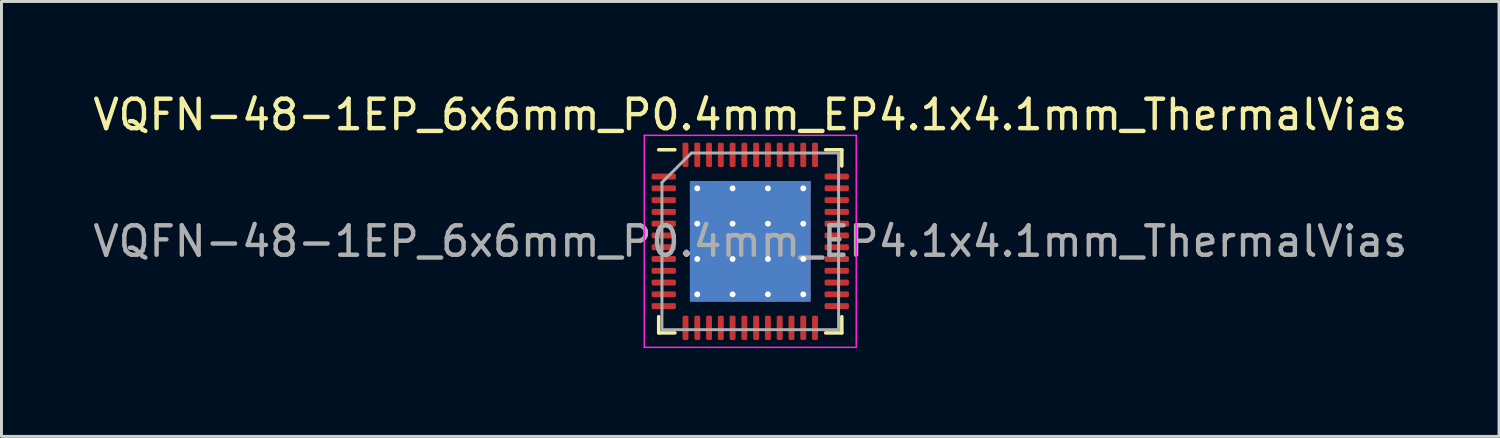
<source format=kicad_pcb>
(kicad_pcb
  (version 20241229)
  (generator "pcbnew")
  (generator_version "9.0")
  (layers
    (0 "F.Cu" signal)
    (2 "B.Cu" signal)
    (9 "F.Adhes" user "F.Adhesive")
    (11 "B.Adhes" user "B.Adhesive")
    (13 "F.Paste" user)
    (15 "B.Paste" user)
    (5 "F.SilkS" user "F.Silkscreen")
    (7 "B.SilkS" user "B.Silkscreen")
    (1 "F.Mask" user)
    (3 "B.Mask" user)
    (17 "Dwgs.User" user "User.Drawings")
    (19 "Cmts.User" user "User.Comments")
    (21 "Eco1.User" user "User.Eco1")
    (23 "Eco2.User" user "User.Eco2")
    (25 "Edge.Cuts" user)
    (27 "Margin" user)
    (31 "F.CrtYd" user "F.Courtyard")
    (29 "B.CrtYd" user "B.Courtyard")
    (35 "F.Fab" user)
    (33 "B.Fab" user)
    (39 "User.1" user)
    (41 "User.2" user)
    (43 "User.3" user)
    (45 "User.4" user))
  (footprint "VQFN-48-1EP_6x6mm_P0.4mm_EP4.1x4.1mm_ThermalVias"
    (layer "F.Cu")
    (at 22.435 5.148)
    (property "Reference" "VQFN-48-1EP_6x6mm_P0.4mm_EP4.1x4.1mm_ThermalVias" (at 0 -4.3 0) (layer "F.SilkS") (effects (font (size 1 1) (thickness 0.15))))
    (attr smd)
    (fp_line (start -3.11 3.11) (end -3.11 2.56) (stroke (width 0.12) (type solid)) (layer "F.SilkS"))
    (fp_line (start -2.56 -3.11) (end -3.11 -3.11) (stroke (width 0.12) (type solid)) (layer "F.SilkS"))
    (fp_line (start -2.56 3.11) (end -3.11 3.11) (stroke (width 0.12) (type solid)) (layer "F.SilkS"))
    (fp_line (start 2.56 -3.11) (end 3.11 -3.11) (stroke (width 0.12) (type solid)) (layer "F.SilkS"))
    (fp_line (start 2.56 3.11) (end 3.11 3.11) (stroke (width 0.12) (type solid)) (layer "F.SilkS"))
    (fp_line (start 3.11 -3.11) (end 3.11 -2.56) (stroke (width 0.12) (type solid)) (layer "F.SilkS"))
    (fp_line (start 3.11 3.11) (end 3.11 2.56) (stroke (width 0.12) (type solid)) (layer "F.SilkS"))
    (fp_line (start -3.6 -3.6) (end -3.6 3.6) (stroke (width 0.05) (type solid)) (layer "F.CrtYd"))
    (fp_line (start -3.6 3.6) (end 3.6 3.6) (stroke (width 0.05) (type solid)) (layer "F.CrtYd"))
    (fp_line (start 3.6 -3.6) (end -3.6 -3.6) (stroke (width 0.05) (type solid)) (layer "F.CrtYd"))
    (fp_line (start 3.6 3.6) (end 3.6 -3.6) (stroke (width 0.05) (type solid)) (layer "F.CrtYd"))
    (fp_line (start -3 -2) (end -2 -3) (stroke (width 0.1) (type solid)) (layer "F.Fab"))
    (fp_line (start -3 3) (end -3 -2) (stroke (width 0.1) (type solid)) (layer "F.Fab"))
    (fp_line (start -2 -3) (end 3 -3) (stroke (width 0.1) (type solid)) (layer "F.Fab"))
    (fp_line (start 3 -3) (end 3 3) (stroke (width 0.1) (type solid)) (layer "F.Fab"))
    (fp_line (start 3 3) (end -3 3) (stroke (width 0.1) (type solid)) (layer "F.Fab"))
    (fp_text user "${REFERENCE}" (at 0 0 0) (layer "F.Fab") (effects (font (size 1 1) (thickness 0.15))))
    (pad "" smd roundrect (at -1.37 -1.37) (size 1.1 1.1) (layers "F.Paste") (roundrect_rratio 0.227))
    (pad "" smd roundrect (at -1.37 0) (size 1.1 1.1) (layers "F.Paste") (roundrect_rratio 0.227))
    (pad "" smd roundrect (at -1.37 1.37) (size 1.1 1.1) (layers "F.Paste") (roundrect_rratio 0.227))
    (pad "" smd roundrect (at 0 -1.37) (size 1.1 1.1) (layers "F.Paste") (roundrect_rratio 0.227))
    (pad "" smd roundrect (at 0 0) (size 1.1 1.1) (layers "F.Paste") (roundrect_rratio 0.227))
    (pad "" smd roundrect (at 0 1.37) (size 1.1 1.1) (layers "F.Paste") (roundrect_rratio 0.227))
    (pad "" smd roundrect (at 1.37 -1.37) (size 1.1 1.1) (layers "F.Paste") (roundrect_rratio 0.227))
    (pad "" smd roundrect (at 1.37 0) (size 1.1 1.1) (layers "F.Paste") (roundrect_rratio 0.227))
    (pad "" smd roundrect (at 1.37 1.37) (size 1.1 1.1) (layers "F.Paste") (roundrect_rratio 0.227))
    (pad "1" smd roundrect (at -2.938 -2.2) (size 0.825 0.2) (layers "F.Cu" "F.Mask" "F.Paste") (roundrect_rratio 0.25))
    (pad "2" smd roundrect (at -2.938 -1.8) (size 0.825 0.2) (layers "F.Cu" "F.Mask" "F.Paste") (roundrect_rratio 0.25))
    (pad "3" smd roundrect (at -2.938 -1.4) (size 0.825 0.2) (layers "F.Cu" "F.Mask" "F.Paste") (roundrect_rratio 0.25))
    (pad "4" smd roundrect (at -2.938 -1) (size 0.825 0.2) (layers "F.Cu" "F.Mask" "F.Paste") (roundrect_rratio 0.25))
    (pad "5" smd roundrect (at -2.938 -0.6) (size 0.825 0.2) (layers "F.Cu" "F.Mask" "F.Paste") (roundrect_rratio 0.25))
    (pad "6" smd roundrect (at -2.938 -0.2) (size 0.825 0.2) (layers "F.Cu" "F.Mask" "F.Paste") (roundrect_rratio 0.25))
    (pad "7" smd roundrect (at -2.938 0.2) (size 0.825 0.2) (layers "F.Cu" "F.Mask" "F.Paste") (roundrect_rratio 0.25))
    (pad "8" smd roundrect (at -2.938 0.6) (size 0.825 0.2) (layers "F.Cu" "F.Mask" "F.Paste") (roundrect_rratio 0.25))
    (pad "9" smd roundrect (at -2.938 1) (size 0.825 0.2) (layers "F.Cu" "F.Mask" "F.Paste") (roundrect_rratio 0.25))
    (pad "10" smd roundrect (at -2.938 1.4) (size 0.825 0.2) (layers "F.Cu" "F.Mask" "F.Paste") (roundrect_rratio 0.25))
    (pad "11" smd roundrect (at -2.938 1.8) (size 0.825 0.2) (layers "F.Cu" "F.Mask" "F.Paste") (roundrect_rratio 0.25))
    (pad "12" smd roundrect (at -2.938 2.2) (size 0.825 0.2) (layers "F.Cu" "F.Mask" "F.Paste") (roundrect_rratio 0.25))
    (pad "13" smd roundrect (at -2.2 2.938) (size 0.2 0.825) (layers "F.Cu" "F.Mask" "F.Paste") (roundrect_rratio 0.25))
    (pad "14" smd roundrect (at -1.8 2.938) (size 0.2 0.825) (layers "F.Cu" "F.Mask" "F.Paste") (roundrect_rratio 0.25))
    (pad "15" smd roundrect (at -1.4 2.938) (size 0.2 0.825) (layers "F.Cu" "F.Mask" "F.Paste") (roundrect_rratio 0.25))
    (pad "16" smd roundrect (at -1 2.938) (size 0.2 0.825) (layers "F.Cu" "F.Mask" "F.Paste") (roundrect_rratio 0.25))
    (pad "17" smd roundrect (at -0.6 2.938) (size 0.2 0.825) (layers "F.Cu" "F.Mask" "F.Paste") (roundrect_rratio 0.25))
    (pad "18" smd roundrect (at -0.2 2.938) (size 0.2 0.825) (layers "F.Cu" "F.Mask" "F.Paste") (roundrect_rratio 0.25))
    (pad "19" smd roundrect (at 0.2 2.938) (size 0.2 0.825) (layers "F.Cu" "F.Mask" "F.Paste") (roundrect_rratio 0.25))
    (pad "20" smd roundrect (at 0.6 2.938) (size 0.2 0.825) (layers "F.Cu" "F.Mask" "F.Paste") (roundrect_rratio 0.25))
    (pad "21" smd roundrect (at 1 2.938) (size 0.2 0.825) (layers "F.Cu" "F.Mask" "F.Paste") (roundrect_rratio 0.25))
    (pad "22" smd roundrect (at 1.4 2.938) (size 0.2 0.825) (layers "F.Cu" "F.Mask" "F.Paste") (roundrect_rratio 0.25))
    (pad "23" smd roundrect (at 1.8 2.938) (size 0.2 0.825) (layers "F.Cu" "F.Mask" "F.Paste") (roundrect_rratio 0.25))
    (pad "24" smd roundrect (at 2.2 2.938) (size 0.2 0.825) (layers "F.Cu" "F.Mask" "F.Paste") (roundrect_rratio 0.25))
    (pad "25" smd roundrect (at 2.938 2.2) (size 0.825 0.2) (layers "F.Cu" "F.Mask" "F.Paste") (roundrect_rratio 0.25))
    (pad "26" smd roundrect (at 2.938 1.8) (size 0.825 0.2) (layers "F.Cu" "F.Mask" "F.Paste") (roundrect_rratio 0.25))
    (pad "27" smd roundrect (at 2.938 1.4) (size 0.825 0.2) (layers "F.Cu" "F.Mask" "F.Paste") (roundrect_rratio 0.25))
    (pad "28" smd roundrect (at 2.938 1) (size 0.825 0.2) (layers "F.Cu" "F.Mask" "F.Paste") (roundrect_rratio 0.25))
    (pad "29" smd roundrect (at 2.938 0.6) (size 0.825 0.2) (layers "F.Cu" "F.Mask" "F.Paste") (roundrect_rratio 0.25))
    (pad "30" smd roundrect (at 2.938 0.2) (size 0.825 0.2) (layers "F.Cu" "F.Mask" "F.Paste") (roundrect_rratio 0.25))
    (pad "31" smd roundrect (at 2.938 -0.2) (size 0.825 0.2) (layers "F.Cu" "F.Mask" "F.Paste") (roundrect_rratio 0.25))
    (pad "32" smd roundrect (at 2.938 -0.6) (size 0.825 0.2) (layers "F.Cu" "F.Mask" "F.Paste") (roundrect_rratio 0.25))
    (pad "33" smd roundrect (at 2.938 -1) (size 0.825 0.2) (layers "F.Cu" "F.Mask" "F.Paste") (roundrect_rratio 0.25))
    (pad "34" smd roundrect (at 2.938 -1.4) (size 0.825 0.2) (layers "F.Cu" "F.Mask" "F.Paste") (roundrect_rratio 0.25))
    (pad "35" smd roundrect (at 2.938 -1.8) (size 0.825 0.2) (layers "F.Cu" "F.Mask" "F.Paste") (roundrect_rratio 0.25))
    (pad "36" smd roundrect (at 2.938 -2.2) (size 0.825 0.2) (layers "F.Cu" "F.Mask" "F.Paste") (roundrect_rratio 0.25))
    (pad "37" smd roundrect (at 2.2 -2.938) (size 0.2 0.825) (layers "F.Cu" "F.Mask" "F.Paste") (roundrect_rratio 0.25))
    (pad "38" smd roundrect (at 1.8 -2.938) (size 0.2 0.825) (layers "F.Cu" "F.Mask" "F.Paste") (roundrect_rratio 0.25))
    (pad "39" smd roundrect (at 1.4 -2.938) (size 0.2 0.825) (layers "F.Cu" "F.Mask" "F.Paste") (roundrect_rratio 0.25))
    (pad "40" smd roundrect (at 1 -2.938) (size 0.2 0.825) (layers "F.Cu" "F.Mask" "F.Paste") (roundrect_rratio 0.25))
    (pad "41" smd roundrect (at 0.6 -2.938) (size 0.2 0.825) (layers "F.Cu" "F.Mask" "F.Paste") (roundrect_rratio 0.25))
    (pad "42" smd roundrect (at 0.2 -2.938) (size 0.2 0.825) (layers "F.Cu" "F.Mask" "F.Paste") (roundrect_rratio 0.25))
    (pad "43" smd roundrect (at -0.2 -2.938) (size 0.2 0.825) (layers "F.Cu" "F.Mask" "F.Paste") (roundrect_rratio 0.25))
    (pad "44" smd roundrect (at -0.6 -2.938) (size 0.2 0.825) (layers "F.Cu" "F.Mask" "F.Paste") (roundrect_rratio 0.25))
    (pad "45" smd roundrect (at -1 -2.938) (size 0.2 0.825) (layers "F.Cu" "F.Mask" "F.Paste") (roundrect_rratio 0.25))
    (pad "46" smd roundrect (at -1.4 -2.938) (size 0.2 0.825) (layers "F.Cu" "F.Mask" "F.Paste") (roundrect_rratio 0.25))
    (pad "47" smd roundrect (at -1.8 -2.938) (size 0.2 0.825) (layers "F.Cu" "F.Mask" "F.Paste") (roundrect_rratio 0.25))
    (pad "48" smd roundrect (at -2.2 -2.938) (size 0.2 0.825) (layers "F.Cu" "F.Mask" "F.Paste") (roundrect_rratio 0.25))
    (pad "49" thru_hole circle (at -1.8 -1.8) (size 0.5 0.5) (drill 0.2) (layers "*.Cu"))
    (pad "49" thru_hole circle (at -1.8 -0.6) (size 0.5 0.5) (drill 0.2) (layers "*.Cu"))
    (pad "49" thru_hole circle (at -1.8 0.6) (size 0.5 0.5) (drill 0.2) (layers "*.Cu"))
    (pad "49" thru_hole circle (at -1.8 1.8) (size 0.5 0.5) (drill 0.2) (layers "*.Cu"))
    (pad "49" thru_hole circle (at -0.6 -1.8) (size 0.5 0.5) (drill 0.2) (layers "*.Cu"))
    (pad "49" thru_hole circle (at -0.6 -0.6) (size 0.5 0.5) (drill 0.2) (layers "*.Cu"))
    (pad "49" thru_hole circle (at -0.6 0.6) (size 0.5 0.5) (drill 0.2) (layers "*.Cu"))
    (pad "49" thru_hole circle (at -0.6 1.8) (size 0.5 0.5) (drill 0.2) (layers "*.Cu"))
    (pad "49" smd rect (at 0 0) (size 4.1 4.1) (layers "F.Cu" "F.Mask"))
    (pad "49" smd rect (at 0 0) (size 4.1 4.1) (layers "B.Cu"))
    (pad "49" thru_hole circle (at 0.6 -1.8) (size 0.5 0.5) (drill 0.2) (layers "*.Cu"))
    (pad "49" thru_hole circle (at 0.6 -0.6) (size 0.5 0.5) (drill 0.2) (layers "*.Cu"))
    (pad "49" thru_hole circle (at 0.6 0.6) (size 0.5 0.5) (drill 0.2) (layers "*.Cu"))
    (pad "49" thru_hole circle (at 0.6 1.8) (size 0.5 0.5) (drill 0.2) (layers "*.Cu"))
    (pad "49" thru_hole circle (at 1.8 -1.8) (size 0.5 0.5) (drill 0.2) (layers "*.Cu"))
    (pad "49" thru_hole circle (at 1.8 -0.6) (size 0.5 0.5) (drill 0.2) (layers "*.Cu"))
    (pad "49" thru_hole circle (at 1.8 0.6) (size 0.5 0.5) (drill 0.2) (layers "*.Cu"))
    (pad "49" thru_hole circle (at 1.8 1.8) (size 0.5 0.5) (drill 0.2) (layers "*.Cu")))
  (gr_rect
    (start -3 -3)
    (end 47.869 11.773)
    (stroke (width 0.1) (type default))
    (fill no)
    (layer "Edge.Cuts")))
</source>
